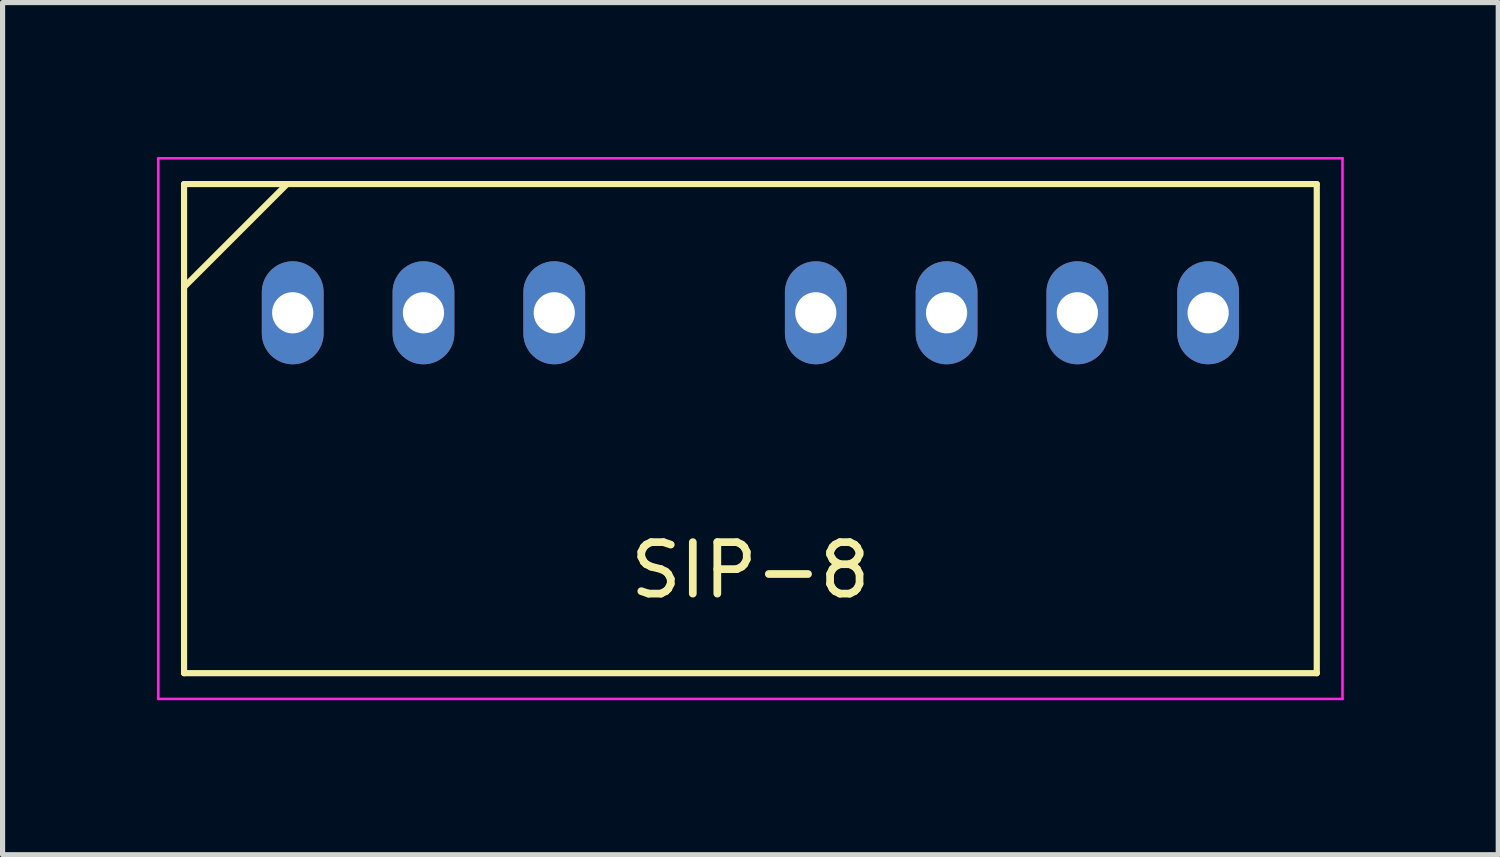
<source format=kicad_pcb>
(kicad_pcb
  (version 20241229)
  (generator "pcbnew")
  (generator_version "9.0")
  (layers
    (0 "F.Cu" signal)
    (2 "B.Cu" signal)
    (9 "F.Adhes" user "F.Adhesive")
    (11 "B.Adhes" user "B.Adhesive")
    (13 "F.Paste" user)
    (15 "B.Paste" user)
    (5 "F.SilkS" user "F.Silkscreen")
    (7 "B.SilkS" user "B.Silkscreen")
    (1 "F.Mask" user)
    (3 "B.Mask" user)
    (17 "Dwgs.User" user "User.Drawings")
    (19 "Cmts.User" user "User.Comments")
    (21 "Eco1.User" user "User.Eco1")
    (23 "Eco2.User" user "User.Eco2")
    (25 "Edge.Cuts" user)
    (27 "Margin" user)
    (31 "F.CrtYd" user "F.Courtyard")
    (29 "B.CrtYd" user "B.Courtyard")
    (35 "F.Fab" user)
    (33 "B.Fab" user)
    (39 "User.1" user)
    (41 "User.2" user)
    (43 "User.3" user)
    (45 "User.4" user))
  (footprint "SIP-8"
    (layer "F.Cu")
    (at 11.525 3.025)
    (property "Reference" "SIP-8" (at 0 5 0) (layer "F.SilkS") (effects (font (size 1 1) (thickness 0.15))))
    (fp_line (start -11 -2.5) (end 11 -2.5) (stroke (width 0.12) (type solid)) (layer "F.SilkS"))
    (fp_line (start -11 7) (end -11 -2.5) (stroke (width 0.12) (type solid)) (layer "F.SilkS"))
    (fp_line (start -9 -2.5) (end -11 -0.5) (stroke (width 0.12) (type solid)) (layer "F.SilkS"))
    (fp_line (start 11 -2.5) (end 11 7) (stroke (width 0.12) (type solid)) (layer "F.SilkS"))
    (fp_line (start 11 7) (end -11 7) (stroke (width 0.12) (type solid)) (layer "F.SilkS"))
    (fp_line (start -11.5 -3) (end 11.5 -3) (stroke (width 0.05) (type solid)) (layer "F.CrtYd"))
    (fp_line (start -11.5 7.5) (end -11.5 -3) (stroke (width 0.05) (type solid)) (layer "F.CrtYd"))
    (fp_line (start 11.5 -3) (end 11.5 7.5) (stroke (width 0.05) (type solid)) (layer "F.CrtYd"))
    (fp_line (start 11.5 7.5) (end -11.5 7.5) (stroke (width 0.05) (type solid)) (layer "F.CrtYd"))
    (pad "1" thru_hole oval (at -8.89 0) (size 1.2 2) (drill 0.8) (layers "*.Cu" "*.Mask"))
    (pad "2" thru_hole oval (at -6.35 0) (size 1.2 2) (drill 0.8) (layers "*.Cu" "*.Mask"))
    (pad "3" thru_hole oval (at -3.81 0) (size 1.2 2) (drill 0.8) (layers "*.Cu" "*.Mask"))
    (pad "5" thru_hole oval (at 1.27 0) (size 1.2 2) (drill 0.8) (layers "*.Cu" "*.Mask"))
    (pad "6" thru_hole oval (at 3.81 0) (size 1.2 2) (drill 0.8) (layers "*.Cu" "*.Mask"))
    (pad "7" thru_hole oval (at 6.35 0) (size 1.2 2) (drill 0.8) (layers "*.Cu" "*.Mask"))
    (pad "8" thru_hole oval (at 8.89 0) (size 1.2 2) (drill 0.8) (layers "*.Cu" "*.Mask")))
  (gr_rect
    (start -3 -3)
    (end 26.05 13.55)
    (stroke (width 0.1) (type default))
    (fill no)
    (layer "Edge.Cuts")))
</source>
